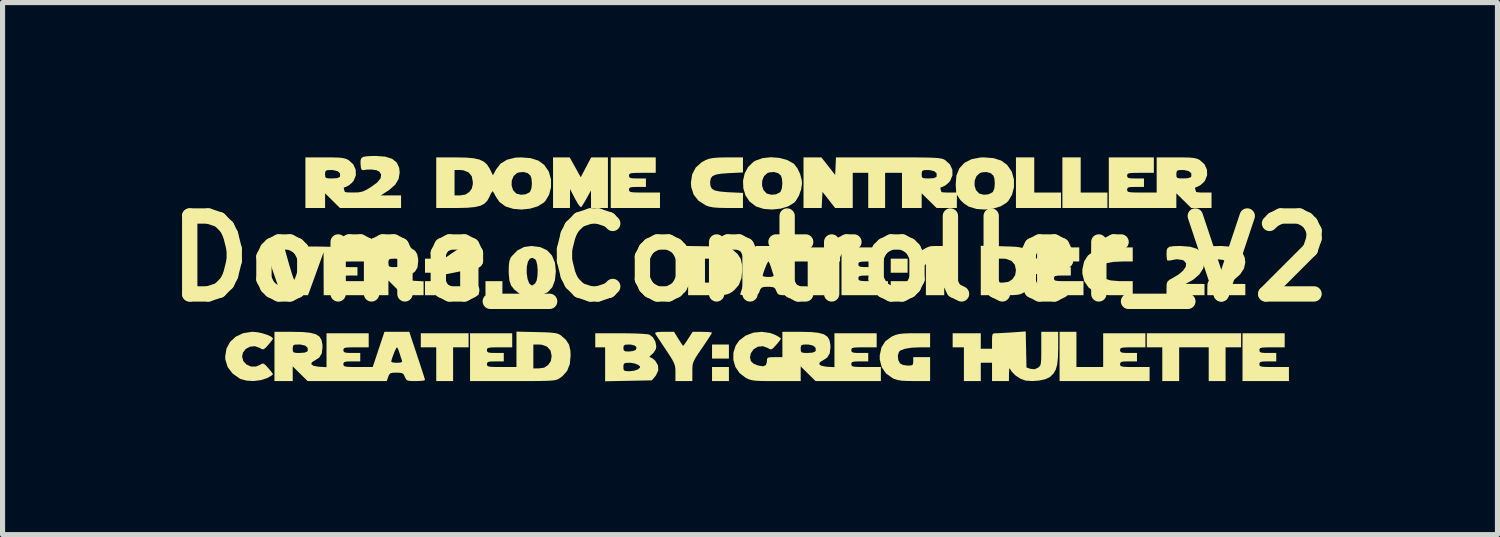
<source format=kicad_pcb>
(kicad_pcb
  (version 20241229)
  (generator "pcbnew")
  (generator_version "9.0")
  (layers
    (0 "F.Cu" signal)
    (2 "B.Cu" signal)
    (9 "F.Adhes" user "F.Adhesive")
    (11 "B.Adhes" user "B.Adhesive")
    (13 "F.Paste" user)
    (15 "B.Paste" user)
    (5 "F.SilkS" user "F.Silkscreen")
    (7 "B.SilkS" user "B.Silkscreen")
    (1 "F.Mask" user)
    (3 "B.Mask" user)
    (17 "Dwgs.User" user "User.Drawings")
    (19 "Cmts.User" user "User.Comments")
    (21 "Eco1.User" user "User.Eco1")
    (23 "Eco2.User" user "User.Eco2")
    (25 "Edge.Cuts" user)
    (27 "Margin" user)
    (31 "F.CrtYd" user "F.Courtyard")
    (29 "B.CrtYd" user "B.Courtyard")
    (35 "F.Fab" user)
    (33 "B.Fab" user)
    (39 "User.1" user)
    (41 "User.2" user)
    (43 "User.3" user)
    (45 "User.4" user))
  (footprint "Dome_Controller_V2"
    (layer "F.Cu")
    (at 11.619 2.009)
    (property "Reference" "Dome_Controller_V2" (at 0 0 0) (layer "F.SilkS") (effects (font (size 1.524 1.524) (thickness 0.3))))
    (attr board_only exclude_from_pos_files exclude_from_bom)
    (fp_poly (pts (xy -6.027 0.275) (xy -6.357 0.275) (xy -6.357 0) (xy -6.027 0)) (stroke (width 0) (type solid)) (fill yes) (layer "F.SilkS"))
    (fp_poly (pts (xy -6.027 0.715) (xy -6.357 0.715) (xy -6.357 0.44) (xy -6.027 0.44)) (stroke (width 0) (type solid)) (fill yes) (layer "F.SilkS"))
    (fp_poly (pts (xy -4.843 0.715) (xy -5.174 0.715) (xy -5.174 0.44) (xy -4.843 0.44)) (stroke (width 0) (type solid)) (fill yes) (layer "F.SilkS"))
    (fp_poly (pts (xy -0.413 1.954) (xy -0.743 1.954) (xy -0.743 1.679) (xy -0.413 1.679)) (stroke (width 0) (type solid)) (fill yes) (layer "F.SilkS"))
    (fp_poly (pts (xy -0.413 2.394) (xy -0.743 2.394) (xy -0.743 2.119) (xy -0.413 2.119)) (stroke (width 0) (type solid)) (fill yes) (layer "F.SilkS"))
    (fp_poly (pts (xy 3.082 0.275) (xy 2.752 0.275) (xy 2.752 0) (xy 3.082 0)) (stroke (width 0) (type solid)) (fill yes) (layer "F.SilkS"))
    (fp_poly (pts (xy 3.082 0.715) (xy 2.752 0.715) (xy 2.752 0.44) (xy 3.082 0.44)) (stroke (width 0) (type solid)) (fill yes) (layer "F.SilkS"))
    (fp_poly (pts (xy 5.559 -1.293) (xy 6.082 -1.293) (xy 6.082 -0.991) (xy 5.201 -0.991) (xy 5.201 -1.981) (xy 5.559 -1.981)) (stroke (width 0) (type solid)) (fill yes) (layer "F.SilkS"))
    (fp_poly (pts (xy 6.467 -1.293) (xy 6.99 -1.293) (xy 6.99 -0.991) (xy 6.109 -0.991) (xy 6.109 -1.981) (xy 6.467 -1.981)) (stroke (width 0) (type solid)) (fill yes) (layer "F.SilkS"))
    (fp_poly (pts (xy -5.504 1.734) (xy -5.807 1.734) (xy -5.807 2.394) (xy -6.137 2.394) (xy -6.137 1.734) (xy -6.439 1.734) (xy -6.439 1.459) (xy -5.504 1.459)) (stroke (width 0) (type solid)) (fill yes) (layer "F.SilkS"))
    (fp_poly (pts (xy 1.761 0.055) (xy 1.459 0.055) (xy 1.459 0.715) (xy 1.128 0.715) (xy 1.128 0.055) (xy 0.826 0.055) (xy 0.826 -0.22) (xy 1.761 -0.22)) (stroke (width 0) (type solid)) (fill yes) (layer "F.SilkS"))
    (fp_poly (pts (xy 9.604 1.734) (xy 9.301 1.734) (xy 9.301 2.394) (xy 8.971 2.394) (xy 8.971 1.734) (xy 8.393 1.734) (xy 8.393 2.394) (xy 8.063 2.394) (xy 8.063 1.734) (xy 7.76 1.734) (xy 7.76 1.459) (xy 9.604 1.459)) (stroke (width 0) (type solid)) (fill yes) (layer "F.SilkS"))
    (fp_poly (pts (xy -5.311 0.715) (xy -5.669 0.715) (xy -5.669 0.107) (xy -5.766 0.181) (xy -5.826 0.224) (xy -5.865 0.245) (xy -5.872 0.245) (xy -5.888 0.211) (xy -5.913 0.15) (xy -5.939 0.08) (xy -5.959 0.019) (xy -5.966 -0.012) (xy -5.966 -0.012) (xy -5.836 -0.103) (xy -5.741 -0.166) (xy -5.671 -0.208) (xy -5.618 -0.232) (xy -5.57 -0.244) (xy -5.518 -0.247) (xy -5.468 -0.248) (xy -5.311 -0.248)) (stroke (width 0) (type solid)) (fill yes) (layer "F.SilkS"))
    (fp_poly (pts (xy 3.798 0.715) (xy 3.44 0.715) (xy 3.44 0.107) (xy 3.343 0.181) (xy 3.283 0.224) (xy 3.244 0.245) (xy 3.237 0.245) (xy 3.22 0.211) (xy 3.196 0.15) (xy 3.17 0.08) (xy 3.15 0.019) (xy 3.142 -0.012) (xy 3.143 -0.012) (xy 3.273 -0.103) (xy 3.368 -0.166) (xy 3.437 -0.208) (xy 3.491 -0.232) (xy 3.539 -0.244) (xy 3.59 -0.247) (xy 3.641 -0.248) (xy 3.798 -0.248)) (stroke (width 0) (type solid)) (fill yes) (layer "F.SilkS"))
    (fp_poly (pts (xy -3.419 -1.787) (xy -3.311 -1.593) (xy -3.209 -1.787) (xy -3.107 -1.981) (xy -2.779 -1.981) (xy -2.779 -0.991) (xy -3.11 -0.991) (xy -3.11 -1.163) (xy -3.111 -1.335) (xy -3.194 -1.183) (xy -3.242 -1.1) (xy -3.281 -1.036) (xy -3.302 -1.008) (xy -3.325 -1.019) (xy -3.364 -1.071) (xy -3.413 -1.155) (xy -3.423 -1.173) (xy -3.52 -1.362) (xy -3.521 -1.176) (xy -3.522 -0.991) (xy -3.853 -0.991) (xy -3.853 -1.981) (xy -3.527 -1.981)) (stroke (width 0) (type solid)) (fill yes) (layer "F.SilkS"))
    (fp_poly (pts (xy -1.844 -1.679) (xy -2.105 -1.679) (xy -2.227 -1.678) (xy -2.303 -1.674) (xy -2.345 -1.665) (xy -2.363 -1.648) (xy -2.367 -1.624) (xy -2.361 -1.593) (xy -2.334 -1.576) (xy -2.275 -1.57) (xy -2.202 -1.569) (xy -2.036 -1.569) (xy -2.036 -1.403) (xy -2.202 -1.403) (xy -2.294 -1.401) (xy -2.344 -1.393) (xy -2.364 -1.373) (xy -2.367 -1.348) (xy -2.363 -1.324) (xy -2.346 -1.309) (xy -2.307 -1.299) (xy -2.235 -1.295) (xy -2.121 -1.293) (xy -2.064 -1.293) (xy -1.761 -1.293) (xy -1.761 -0.991) (xy -2.724 -0.991) (xy -2.724 -1.981) (xy -1.844 -1.981)) (stroke (width 0) (type solid)) (fill yes) (layer "F.SilkS"))
    (fp_poly (pts (xy 2.614 0.055) (xy 2.367 0.055) (xy 2.249 0.056) (xy 2.176 0.06) (xy 2.137 0.07) (xy 2.121 0.088) (xy 2.119 0.11) (xy 2.125 0.141) (xy 2.151 0.157) (xy 2.211 0.164) (xy 2.284 0.165) (xy 2.449 0.165) (xy 2.449 0.33) (xy 2.284 0.33) (xy 2.192 0.332) (xy 2.142 0.341) (xy 2.122 0.361) (xy 2.119 0.385) (xy 2.123 0.41) (xy 2.14 0.426) (xy 2.181 0.435) (xy 2.255 0.439) (xy 2.372 0.44) (xy 2.408 0.44) (xy 2.697 0.44) (xy 2.697 0.715) (xy 1.789 0.715) (xy 1.789 -0.22) (xy 2.614 -0.22)) (stroke (width 0) (type solid)) (fill yes) (layer "F.SilkS"))
    (fp_poly (pts (xy 6.439 0.055) (xy 6.192 0.055) (xy 6.074 0.056) (xy 6.001 0.06) (xy 5.962 0.07) (xy 5.946 0.088) (xy 5.944 0.11) (xy 5.95 0.141) (xy 5.977 0.157) (xy 6.036 0.164) (xy 6.109 0.165) (xy 6.274 0.165) (xy 6.274 0.33) (xy 6.109 0.33) (xy 6.017 0.332) (xy 5.967 0.341) (xy 5.947 0.361) (xy 5.944 0.385) (xy 5.948 0.41) (xy 5.965 0.426) (xy 6.006 0.435) (xy 6.08 0.439) (xy 6.197 0.44) (xy 6.233 0.44) (xy 6.522 0.44) (xy 6.522 0.715) (xy 5.614 0.715) (xy 5.614 -0.22) (xy 6.439 -0.22)) (stroke (width 0) (type solid)) (fill yes) (layer "F.SilkS"))
    (fp_poly (pts (xy 10.457 1.734) (xy 10.21 1.734) (xy 10.092 1.735) (xy 10.019 1.739) (xy 9.98 1.749) (xy 9.964 1.767) (xy 9.962 1.789) (xy 9.968 1.819) (xy 9.994 1.836) (xy 10.054 1.843) (xy 10.127 1.844) (xy 10.292 1.844) (xy 10.292 2.009) (xy 10.127 2.009) (xy 10.035 2.011) (xy 9.985 2.02) (xy 9.965 2.04) (xy 9.962 2.064) (xy 9.965 2.088) (xy 9.983 2.104) (xy 10.024 2.114) (xy 10.098 2.118) (xy 10.215 2.119) (xy 10.251 2.119) (xy 10.54 2.119) (xy 10.54 2.394) (xy 9.632 2.394) (xy 9.632 1.459) (xy 10.457 1.459)) (stroke (width 0) (type solid)) (fill yes) (layer "F.SilkS"))
    (fp_poly (pts (xy 6.384 2.119) (xy 6.907 2.119) (xy 6.907 1.459) (xy 7.733 1.459) (xy 7.733 1.734) (xy 7.485 1.734) (xy 7.367 1.735) (xy 7.294 1.739) (xy 7.255 1.749) (xy 7.24 1.767) (xy 7.237 1.789) (xy 7.244 1.819) (xy 7.27 1.836) (xy 7.329 1.843) (xy 7.403 1.844) (xy 7.568 1.844) (xy 7.568 2.009) (xy 7.403 2.009) (xy 7.31 2.011) (xy 7.261 2.02) (xy 7.241 2.04) (xy 7.237 2.064) (xy 7.241 2.088) (xy 7.258 2.104) (xy 7.299 2.114) (xy 7.373 2.118) (xy 7.49 2.119) (xy 7.526 2.119) (xy 7.815 2.119) (xy 7.815 2.394) (xy 6.054 2.394) (xy 6.054 1.431) (xy 6.384 1.431)) (stroke (width 0) (type solid)) (fill yes) (layer "F.SilkS"))
    (fp_poly (pts (xy 7.485 0.055) (xy 7.286 0.055) (xy 7.108 0.063) (xy 6.98 0.086) (xy 6.9 0.125) (xy 6.863 0.18) (xy 6.853 0.276) (xy 6.88 0.347) (xy 6.948 0.396) (xy 7.059 0.426) (xy 7.22 0.439) (xy 7.286 0.44) (xy 7.485 0.44) (xy 7.485 0.715) (xy 7.176 0.715) (xy 7.03 0.714) (xy 6.926 0.708) (xy 6.848 0.695) (xy 6.784 0.674) (xy 6.748 0.657) (xy 6.623 0.566) (xy 6.538 0.443) (xy 6.5 0.295) (xy 6.5 0.21) (xy 6.534 0.056) (xy 6.609 -0.062) (xy 6.729 -0.152) (xy 6.751 -0.163) (xy 6.815 -0.189) (xy 6.886 -0.206) (xy 6.977 -0.216) (xy 7.101 -0.22) (xy 7.177 -0.22) (xy 7.485 -0.22)) (stroke (width 0) (type solid)) (fill yes) (layer "F.SilkS"))
    (fp_poly (pts (xy -0.138 -1.686) (xy -0.415 -1.673) (xy -0.565 -1.662) (xy -0.668 -1.644) (xy -0.733 -1.615) (xy -0.767 -1.571) (xy -0.779 -1.507) (xy -0.78 -1.486) (xy -0.772 -1.416) (xy -0.745 -1.367) (xy -0.689 -1.334) (xy -0.596 -1.314) (xy -0.459 -1.302) (xy -0.415 -1.299) (xy -0.138 -1.286) (xy -0.138 -0.991) (xy -0.447 -0.991) (xy -0.601 -0.994) (xy -0.713 -1.002) (xy -0.796 -1.017) (xy -0.864 -1.041) (xy -0.867 -1.043) (xy -1.008 -1.133) (xy -1.102 -1.252) (xy -1.15 -1.399) (xy -1.156 -1.486) (xy -1.132 -1.648) (xy -1.062 -1.782) (xy -0.945 -1.887) (xy -0.867 -1.929) (xy -0.8 -1.954) (xy -0.718 -1.969) (xy -0.608 -1.978) (xy -0.457 -1.981) (xy -0.447 -1.981) (xy -0.138 -1.981)) (stroke (width 0) (type solid)) (fill yes) (layer "F.SilkS"))
    (fp_poly (pts (xy 4.91 -0.243) (xy 5.07 -0.238) (xy 5.185 -0.233) (xy 5.264 -0.224) (xy 5.32 -0.211) (xy 5.36 -0.193) (xy 5.383 -0.177) (xy 5.483 -0.089) (xy 5.541 0.003) (xy 5.568 0.118) (xy 5.573 0.215) (xy 5.556 0.383) (xy 5.505 0.514) (xy 5.414 0.618) (xy 5.368 0.653) (xy 5.326 0.678) (xy 5.282 0.696) (xy 5.225 0.707) (xy 5.142 0.713) (xy 5.025 0.715) (xy 4.894 0.715) (xy 4.513 0.715) (xy 4.513 0.468) (xy 4.843 0.468) (xy 4.955 0.468) (xy 5.054 0.453) (xy 5.131 0.403) (xy 5.134 0.4) (xy 5.186 0.322) (xy 5.201 0.223) (xy 5.178 0.117) (xy 5.112 0.043) (xy 5.008 0.004) (xy 4.95 0) (xy 4.843 0) (xy 4.843 0.468) (xy 4.513 0.468) (xy 4.513 -0.252)) (stroke (width 0) (type solid)) (fill yes) (layer "F.SilkS"))
    (fp_poly (pts (xy 8.605 -0.234) (xy 8.739 -0.193) (xy 8.83 -0.122) (xy 8.878 -0.021) (xy 8.889 0.074) (xy 8.862 0.194) (xy 8.788 0.308) (xy 8.674 0.407) (xy 8.616 0.441) (xy 8.517 0.493) (xy 8.703 0.494) (xy 8.889 0.495) (xy 8.889 0.715) (xy 8.146 0.715) (xy 8.146 0.578) (xy 8.148 0.495) (xy 8.165 0.447) (xy 8.205 0.412) (xy 8.252 0.387) (xy 8.381 0.31) (xy 8.472 0.232) (xy 8.522 0.158) (xy 8.529 0.093) (xy 8.489 0.042) (xy 8.456 0.025) (xy 8.345 0.011) (xy 8.278 0.023) (xy 8.209 0.036) (xy 8.165 0.036) (xy 8.161 0.033) (xy 8.151 -0.001) (xy 8.146 -0.07) (xy 8.146 -0.098) (xy 8.149 -0.166) (xy 8.167 -0.209) (xy 8.209 -0.234) (xy 8.284 -0.245) (xy 8.404 -0.248) (xy 8.424 -0.248)) (stroke (width 0) (type solid)) (fill yes) (layer "F.SilkS"))
    (fp_poly (pts (xy 9.403 -0.234) (xy 9.537 -0.193) (xy 9.628 -0.122) (xy 9.676 -0.021) (xy 9.687 0.074) (xy 9.66 0.194) (xy 9.586 0.308) (xy 9.472 0.407) (xy 9.414 0.441) (xy 9.315 0.493) (xy 9.501 0.494) (xy 9.687 0.495) (xy 9.687 0.715) (xy 8.944 0.715) (xy 8.944 0.578) (xy 8.947 0.495) (xy 8.963 0.447) (xy 9.003 0.412) (xy 9.05 0.387) (xy 9.179 0.31) (xy 9.27 0.232) (xy 9.321 0.158) (xy 9.327 0.093) (xy 9.287 0.042) (xy 9.254 0.025) (xy 9.143 0.011) (xy 9.076 0.023) (xy 9.007 0.036) (xy 8.963 0.036) (xy 8.959 0.033) (xy 8.949 -0.001) (xy 8.944 -0.07) (xy 8.944 -0.098) (xy 8.947 -0.166) (xy 8.965 -0.209) (xy 9.007 -0.234) (xy 9.083 -0.245) (xy 9.202 -0.248) (xy 9.222 -0.248)) (stroke (width 0) (type solid)) (fill yes) (layer "F.SilkS"))
    (fp_poly (pts (xy 3.522 1.734) (xy 3.323 1.734) (xy 3.16 1.741) (xy 3.032 1.762) (xy 2.944 1.794) (xy 2.912 1.823) (xy 2.891 1.896) (xy 2.899 1.981) (xy 2.932 2.047) (xy 2.933 2.048) (xy 2.99 2.078) (xy 3.074 2.091) (xy 3.084 2.091) (xy 3.154 2.088) (xy 3.185 2.07) (xy 3.192 2.024) (xy 3.192 2.009) (xy 3.192 1.926) (xy 3.522 1.926) (xy 3.522 2.394) (xy 3.213 2.394) (xy 3.067 2.392) (xy 2.963 2.386) (xy 2.886 2.373) (xy 2.821 2.352) (xy 2.786 2.336) (xy 2.66 2.245) (xy 2.576 2.122) (xy 2.537 1.974) (xy 2.537 1.888) (xy 2.571 1.735) (xy 2.646 1.616) (xy 2.766 1.527) (xy 2.788 1.516) (xy 2.853 1.489) (xy 2.923 1.472) (xy 3.014 1.463) (xy 3.139 1.459) (xy 3.215 1.459) (xy 3.522 1.459)) (stroke (width 0) (type solid)) (fill yes) (layer "F.SilkS"))
    (fp_poly (pts (xy -0.91 -0.243) (xy -0.731 -0.239) (xy -0.599 -0.235) (xy -0.504 -0.228) (xy -0.439 -0.22) (xy -0.393 -0.207) (xy -0.358 -0.189) (xy -0.341 -0.177) (xy -0.241 -0.089) (xy -0.182 0.003) (xy -0.156 0.118) (xy -0.151 0.215) (xy -0.168 0.383) (xy -0.219 0.514) (xy -0.31 0.618) (xy -0.356 0.653) (xy -0.398 0.678) (xy -0.442 0.696) (xy -0.499 0.707) (xy -0.581 0.713) (xy -0.699 0.715) (xy -0.83 0.715) (xy -1.211 0.715) (xy -1.211 0.468) (xy -0.881 0.468) (xy -0.769 0.468) (xy -0.669 0.453) (xy -0.593 0.403) (xy -0.59 0.4) (xy -0.538 0.322) (xy -0.523 0.223) (xy -0.546 0.117) (xy -0.612 0.043) (xy -0.716 0.004) (xy -0.774 0) (xy -0.881 0) (xy -0.881 0.468) (xy -1.211 0.468) (xy -1.211 0.028) (xy -1.403 0.028) (xy -1.403 -0.251)) (stroke (width 0) (type solid)) (fill yes) (layer "F.SilkS"))
    (fp_poly (pts (xy -1.401 1.569) (xy -1.354 1.642) (xy -1.32 1.692) (xy -1.308 1.706) (xy -1.29 1.685) (xy -1.251 1.63) (xy -1.211 1.569) (xy -1.123 1.431) (xy -0.933 1.431) (xy -0.839 1.433) (xy -0.771 1.439) (xy -0.743 1.447) (xy -0.743 1.447) (xy -0.758 1.475) (xy -0.798 1.538) (xy -0.857 1.628) (xy -0.93 1.736) (xy -0.936 1.744) (xy -1.016 1.861) (xy -1.07 1.946) (xy -1.103 2.011) (xy -1.121 2.067) (xy -1.127 2.127) (xy -1.128 2.205) (xy -1.128 2.209) (xy -1.128 2.394) (xy -1.459 2.394) (xy -1.459 2.228) (xy -1.46 2.156) (xy -1.468 2.097) (xy -1.488 2.039) (xy -1.524 1.969) (xy -1.583 1.876) (xy -1.646 1.781) (xy -1.72 1.67) (xy -1.784 1.573) (xy -1.831 1.502) (xy -1.854 1.466) (xy -1.854 1.465) (xy -1.852 1.447) (xy -1.813 1.436) (xy -1.729 1.431) (xy -1.68 1.431) (xy -1.486 1.431)) (stroke (width 0) (type solid)) (fill yes) (layer "F.SilkS"))
    (fp_poly (pts (xy -4.103 -0.226) (xy -3.969 -0.164) (xy -3.873 -0.061) (xy -3.815 0.08) (xy -3.798 0.246) (xy -3.815 0.423) (xy -3.867 0.559) (xy -3.956 0.656) (xy -4.085 0.715) (xy -4.237 0.738) (xy -4.344 0.74) (xy -4.417 0.731) (xy -4.478 0.705) (xy -4.511 0.683) (xy -4.61 0.605) (xy -4.673 0.525) (xy -4.707 0.426) (xy -4.719 0.295) (xy -4.719 0.276) (xy -4.368 0.276) (xy -4.368 0.28) (xy -4.351 0.397) (xy -4.32 0.481) (xy -4.278 0.521) (xy -4.264 0.523) (xy -4.229 0.505) (xy -4.199 0.48) (xy -4.172 0.423) (xy -4.157 0.332) (xy -4.153 0.225) (xy -4.162 0.123) (xy -4.182 0.043) (xy -4.2 0.014) (xy -4.256 -0.017) (xy -4.305 -0.001) (xy -4.343 0.058) (xy -4.365 0.153) (xy -4.368 0.276) (xy -4.719 0.276) (xy -4.72 0.248) (xy -4.717 0.128) (xy -4.706 0.046) (xy -4.684 -0.012) (xy -4.662 -0.046) (xy -4.549 -0.162) (xy -4.417 -0.229) (xy -4.272 -0.248)) (stroke (width 0) (type solid)) (fill yes) (layer "F.SilkS"))
    (fp_poly (pts (xy -9.632 1.439) (xy -9.532 1.461) (xy -9.439 1.491) (xy -9.367 1.524) (xy -9.332 1.556) (xy -9.33 1.564) (xy -9.348 1.594) (xy -9.391 1.649) (xy -9.424 1.688) (xy -9.48 1.749) (xy -9.517 1.774) (xy -9.55 1.769) (xy -9.588 1.746) (xy -9.682 1.712) (xy -9.777 1.721) (xy -9.861 1.764) (xy -9.917 1.836) (xy -9.934 1.913) (xy -9.91 2.003) (xy -9.848 2.07) (xy -9.762 2.109) (xy -9.665 2.11) (xy -9.588 2.079) (xy -9.545 2.054) (xy -9.512 2.053) (xy -9.474 2.083) (xy -9.424 2.138) (xy -9.371 2.201) (xy -9.337 2.247) (xy -9.33 2.261) (xy -9.352 2.282) (xy -9.409 2.317) (xy -9.448 2.337) (xy -9.57 2.376) (xy -9.711 2.393) (xy -9.85 2.385) (xy -9.964 2.354) (xy -9.976 2.348) (xy -10.119 2.248) (xy -10.215 2.123) (xy -10.261 1.978) (xy -10.265 1.915) (xy -10.24 1.76) (xy -10.169 1.628) (xy -10.059 1.526) (xy -9.915 1.458) (xy -9.744 1.431) (xy -9.724 1.431)) (stroke (width 0) (type solid)) (fill yes) (layer "F.SilkS"))
    (fp_poly (pts (xy 0.573 -1.971) (xy 0.726 -1.93) (xy 0.849 -1.862) (xy 0.863 -1.85) (xy 0.928 -1.765) (xy 0.982 -1.65) (xy 1.013 -1.528) (xy 1.017 -1.472) (xy 1 -1.355) (xy 0.957 -1.234) (xy 0.896 -1.131) (xy 0.863 -1.095) (xy 0.746 -1.023) (xy 0.597 -0.978) (xy 0.433 -0.961) (xy 0.27 -0.973) (xy 0.127 -1.017) (xy 0.109 -1.027) (xy -0.008 -1.117) (xy -0.088 -1.236) (xy -0.131 -1.375) (xy -0.133 -1.43) (xy 0.235 -1.43) (xy 0.264 -1.341) (xy 0.324 -1.276) (xy 0.332 -1.272) (xy 0.418 -1.25) (xy 0.51 -1.259) (xy 0.583 -1.296) (xy 0.599 -1.313) (xy 0.623 -1.378) (xy 0.632 -1.471) (xy 0.624 -1.564) (xy 0.606 -1.623) (xy 0.551 -1.672) (xy 0.468 -1.695) (xy 0.376 -1.687) (xy 0.34 -1.674) (xy 0.274 -1.614) (xy 0.239 -1.527) (xy 0.235 -1.43) (xy -0.133 -1.43) (xy -0.137 -1.521) (xy -0.106 -1.663) (xy -0.039 -1.79) (xy 0.065 -1.892) (xy 0.109 -1.918) (xy 0.248 -1.967) (xy 0.409 -1.984)) (stroke (width 0) (type solid)) (fill yes) (layer "F.SilkS"))
    (fp_poly (pts (xy 5.407 2.128) (xy 5.484 2.154) (xy 5.563 2.163) (xy 5.629 2.135) (xy 5.657 2.113) (xy 5.676 2.088) (xy 5.688 2.047) (xy 5.694 1.98) (xy 5.696 1.877) (xy 5.696 1.761) (xy 5.696 1.431) (xy 6.027 1.431) (xy 6.027 1.754) (xy 6.022 1.934) (xy 6.008 2.069) (xy 5.98 2.169) (xy 5.936 2.246) (xy 5.873 2.308) (xy 5.856 2.321) (xy 5.772 2.359) (xy 5.654 2.384) (xy 5.522 2.394) (xy 5.396 2.385) (xy 5.382 2.383) (xy 5.285 2.346) (xy 5.189 2.282) (xy 5.114 2.205) (xy 5.09 2.162) (xy 5.076 2.143) (xy 5.069 2.17) (xy 5.065 2.248) (xy 5.065 2.25) (xy 5.063 2.394) (xy 4.733 2.394) (xy 4.733 2.036) (xy 4.513 2.036) (xy 4.513 2.394) (xy 4.183 2.394) (xy 4.183 1.734) (xy 3.963 1.734) (xy 3.963 1.459) (xy 4.513 1.459) (xy 4.513 1.761) (xy 4.733 1.761) (xy 4.733 1.61) (xy 4.735 1.523) (xy 4.744 1.478) (xy 4.768 1.461) (xy 4.812 1.459) (xy 4.874 1.457) (xy 4.974 1.451) (xy 5.093 1.444) (xy 5.141 1.441) (xy 5.392 1.423)) (stroke (width 0) (type solid)) (fill yes) (layer "F.SilkS"))
    (fp_poly (pts (xy 0.754 0.213) (xy 0.804 0.364) (xy 0.847 0.496) (xy 0.881 0.601) (xy 0.902 0.67) (xy 0.908 0.695) (xy 0.883 0.705) (xy 0.817 0.713) (xy 0.727 0.715) (xy 0.629 0.714) (xy 0.572 0.706) (xy 0.541 0.687) (xy 0.521 0.649) (xy 0.514 0.633) (xy 0.49 0.583) (xy 0.456 0.559) (xy 0.394 0.551) (xy 0.35 0.55) (xy 0.269 0.553) (xy 0.224 0.569) (xy 0.199 0.605) (xy 0.189 0.633) (xy 0.17 0.678) (xy 0.144 0.702) (xy 0.096 0.713) (xy 0.011 0.715) (xy -0.016 0.715) (xy -0.107 0.714) (xy -0.17 0.709) (xy -0.193 0.703) (xy -0.185 0.674) (xy -0.162 0.601) (xy -0.128 0.494) (xy -0.085 0.359) (xy -0.078 0.337) (xy 0.248 0.337) (xy 0.272 0.35) (xy 0.333 0.357) (xy 0.361 0.358) (xy 0.433 0.353) (xy 0.461 0.336) (xy 0.459 0.319) (xy 0.442 0.27) (xy 0.418 0.193) (xy 0.41 0.168) (xy 0.386 0.099) (xy 0.365 0.059) (xy 0.359 0.055) (xy 0.342 0.078) (xy 0.315 0.135) (xy 0.286 0.209) (xy 0.261 0.28) (xy 0.248 0.33) (xy 0.248 0.337) (xy -0.078 0.337) (xy -0.04 0.221) (xy 0.112 -0.248) (xy 0.601 -0.248)) (stroke (width 0) (type solid)) (fill yes) (layer "F.SilkS"))
    (fp_poly (pts (xy -2.369 1.46) (xy -2.22 1.464) (xy -2.096 1.47) (xy -2.007 1.478) (xy -1.968 1.486) (xy -1.899 1.538) (xy -1.851 1.622) (xy -1.833 1.715) (xy -1.842 1.771) (xy -1.885 1.839) (xy -1.931 1.882) (xy -1.965 1.913) (xy -1.959 1.926) (xy -1.959 1.926) (xy -1.917 1.944) (xy -1.862 1.988) (xy -1.856 1.994) (xy -1.8 2.084) (xy -1.794 2.185) (xy -1.841 2.285) (xy -1.855 2.303) (xy -1.921 2.38) (xy -2.378 2.389) (xy -2.834 2.398) (xy -2.834 2.119) (xy -2.477 2.119) (xy -2.473 2.171) (xy -2.451 2.194) (xy -2.396 2.201) (xy -2.358 2.202) (xy -2.271 2.192) (xy -2.2 2.169) (xy -2.186 2.16) (xy -2.149 2.127) (xy -2.156 2.103) (xy -2.186 2.078) (xy -2.247 2.052) (xy -2.333 2.037) (xy -2.358 2.036) (xy -2.432 2.039) (xy -2.466 2.054) (xy -2.476 2.092) (xy -2.477 2.119) (xy -2.834 2.119) (xy -2.834 1.747) (xy -2.477 1.747) (xy -2.47 1.792) (xy -2.441 1.812) (xy -2.373 1.816) (xy -2.37 1.816) (xy -2.293 1.807) (xy -2.239 1.786) (xy -2.233 1.78) (xy -2.219 1.735) (xy -2.253 1.7) (xy -2.327 1.681) (xy -2.372 1.679) (xy -2.441 1.683) (xy -2.47 1.703) (xy -2.477 1.747) (xy -2.834 1.747) (xy -2.834 1.734) (xy -3.027 1.734) (xy -3.027 1.459) (xy -2.534 1.459)) (stroke (width 0) (type solid)) (fill yes) (layer "F.SilkS"))
    (fp_poly (pts (xy -4.171 1.436) (xy -4.011 1.44) (xy -3.897 1.446) (xy -3.817 1.455) (xy -3.762 1.467) (xy -3.721 1.486) (xy -3.698 1.501) (xy -3.599 1.589) (xy -3.54 1.682) (xy -3.513 1.796) (xy -3.509 1.894) (xy -3.525 2.062) (xy -3.576 2.193) (xy -3.667 2.297) (xy -3.714 2.332) (xy -3.741 2.35) (xy -3.77 2.364) (xy -3.807 2.374) (xy -3.857 2.382) (xy -3.929 2.387) (xy -4.027 2.391) (xy -4.158 2.393) (xy -4.33 2.394) (xy -4.548 2.394) (xy -4.641 2.394) (xy -5.476 2.394) (xy -5.476 2.146) (xy -4.238 2.146) (xy -4.127 2.146) (xy -4.027 2.132) (xy -3.951 2.082) (xy -3.948 2.079) (xy -3.895 2.001) (xy -3.88 1.902) (xy -3.903 1.796) (xy -3.969 1.721) (xy -4.073 1.683) (xy -4.132 1.679) (xy -4.238 1.679) (xy -4.238 2.146) (xy -5.476 2.146) (xy -5.476 1.459) (xy -4.651 1.459) (xy -4.651 1.734) (xy -4.898 1.734) (xy -5.016 1.735) (xy -5.089 1.739) (xy -5.128 1.749) (xy -5.144 1.767) (xy -5.146 1.789) (xy -5.14 1.819) (xy -5.114 1.836) (xy -5.054 1.843) (xy -4.981 1.844) (xy -4.816 1.844) (xy -4.816 2.009) (xy -4.981 2.009) (xy -5.073 2.011) (xy -5.123 2.02) (xy -5.143 2.04) (xy -5.146 2.064) (xy -5.142 2.088) (xy -5.125 2.104) (xy -5.084 2.114) (xy -5.01 2.118) (xy -4.893 2.119) (xy -4.857 2.119) (xy -4.568 2.119) (xy -4.568 1.427)) (stroke (width 0) (type solid)) (fill yes) (layer "F.SilkS"))
    (fp_poly (pts (xy 7.898 -1.679) (xy 7.637 -1.679) (xy 7.515 -1.678) (xy 7.438 -1.674) (xy 7.396 -1.665) (xy 7.379 -1.648) (xy 7.375 -1.624) (xy 7.381 -1.593) (xy 7.408 -1.576) (xy 7.467 -1.57) (xy 7.54 -1.569) (xy 7.705 -1.569) (xy 7.705 -1.403) (xy 7.54 -1.403) (xy 7.448 -1.401) (xy 7.398 -1.393) (xy 7.378 -1.373) (xy 7.375 -1.348) (xy 7.379 -1.324) (xy 7.396 -1.308) (xy 7.437 -1.299) (xy 7.511 -1.295) (xy 7.628 -1.293) (xy 7.664 -1.293) (xy 7.953 -1.293) (xy 7.953 -1.651) (xy 8.338 -1.651) (xy 8.341 -1.602) (xy 8.36 -1.578) (xy 8.407 -1.57) (xy 8.477 -1.569) (xy 8.572 -1.575) (xy 8.622 -1.596) (xy 8.631 -1.61) (xy 8.63 -1.669) (xy 8.583 -1.711) (xy 8.495 -1.732) (xy 8.459 -1.734) (xy 8.384 -1.731) (xy 8.349 -1.716) (xy 8.339 -1.679) (xy 8.338 -1.651) (xy 7.953 -1.651) (xy 7.953 -1.981) (xy 8.331 -1.981) (xy 8.488 -1.98) (xy 8.601 -1.977) (xy 8.68 -1.969) (xy 8.737 -1.956) (xy 8.782 -1.937) (xy 8.8 -1.926) (xy 8.89 -1.844) (xy 8.937 -1.74) (xy 8.94 -1.63) (xy 8.897 -1.524) (xy 8.863 -1.484) (xy 8.802 -1.433) (xy 8.747 -1.405) (xy 8.736 -1.403) (xy 8.704 -1.388) (xy 8.707 -1.36) (xy 8.721 -1.316) (xy 8.724 -1.305) (xy 8.748 -1.299) (xy 8.813 -1.294) (xy 8.875 -1.293) (xy 9.026 -1.293) (xy 9.026 -0.991) (xy 8.629 -0.991) (xy 8.484 -1.134) (xy 8.338 -1.278) (xy 8.338 -0.991) (xy 7.017 -0.991) (xy 7.017 -1.981) (xy 7.898 -1.981)) (stroke (width 0) (type solid)) (fill yes) (layer "F.SilkS"))
    (fp_poly (pts (xy -7.133 -1.995) (xy -7 -1.953) (xy -6.91 -1.882) (xy -6.862 -1.779) (xy -6.852 -1.684) (xy -6.873 -1.558) (xy -6.939 -1.447) (xy -7.054 -1.346) (xy -7.096 -1.318) (xy -7.221 -1.238) (xy -6.825 -1.238) (xy -6.825 -0.991) (xy -8.02 -0.991) (xy -8.165 -1.134) (xy -8.311 -1.278) (xy -8.311 -0.991) (xy -8.696 -0.991) (xy -8.696 -1.651) (xy -8.311 -1.651) (xy -8.308 -1.602) (xy -8.289 -1.578) (xy -8.241 -1.57) (xy -8.172 -1.569) (xy -8.077 -1.575) (xy -8.027 -1.596) (xy -8.018 -1.61) (xy -8.019 -1.669) (xy -8.066 -1.711) (xy -8.154 -1.732) (xy -8.19 -1.734) (xy -8.265 -1.731) (xy -8.3 -1.716) (xy -8.31 -1.679) (xy -8.311 -1.651) (xy -8.696 -1.651) (xy -8.696 -1.981) (xy -8.318 -1.981) (xy -8.161 -1.98) (xy -8.048 -1.977) (xy -7.969 -1.969) (xy -7.912 -1.956) (xy -7.867 -1.937) (xy -7.849 -1.926) (xy -7.759 -1.844) (xy -7.712 -1.74) (xy -7.709 -1.63) (xy -7.752 -1.524) (xy -7.786 -1.484) (xy -7.847 -1.433) (xy -7.901 -1.405) (xy -7.913 -1.403) (xy -7.945 -1.388) (xy -7.942 -1.36) (xy -7.928 -1.316) (xy -7.925 -1.305) (xy -7.9 -1.299) (xy -7.835 -1.295) (xy -7.753 -1.294) (xy -7.655 -1.297) (xy -7.579 -1.313) (xy -7.502 -1.347) (xy -7.41 -1.403) (xy -7.291 -1.491) (xy -7.226 -1.571) (xy -7.214 -1.643) (xy -7.249 -1.702) (xy -7.307 -1.73) (xy -7.399 -1.744) (xy -7.503 -1.741) (xy -7.568 -1.73) (xy -7.595 -1.738) (xy -7.611 -1.783) (xy -7.617 -1.847) (xy -7.618 -1.916) (xy -7.604 -1.962) (xy -7.567 -1.99) (xy -7.496 -2.003) (xy -7.384 -2.008) (xy -7.312 -2.009)) (stroke (width 0) (type solid)) (fill yes) (layer "F.SilkS"))
    (fp_poly (pts (xy -5.56 -1.977) (xy -5.406 -1.964) (xy -5.29 -1.938) (xy -5.204 -1.896) (xy -5.14 -1.837) (xy -5.089 -1.756) (xy -5.085 -1.747) (xy -5.028 -1.63) (xy -4.969 -1.742) (xy -4.879 -1.859) (xy -4.752 -1.936) (xy -4.588 -1.976) (xy -4.48 -1.981) (xy -4.29 -1.966) (xy -4.14 -1.918) (xy -4.026 -1.835) (xy -3.942 -1.713) (xy -3.932 -1.692) (xy -3.892 -1.549) (xy -3.892 -1.397) (xy -3.929 -1.252) (xy -4.001 -1.131) (xy -4.036 -1.095) (xy -4.153 -1.023) (xy -4.302 -0.978) (xy -4.466 -0.961) (xy -4.629 -0.974) (xy -4.772 -1.018) (xy -4.79 -1.027) (xy -4.902 -1.11) (xy -4.966 -1.204) (xy -5.002 -1.272) (xy -5.029 -1.314) (xy -5.036 -1.319) (xy -5.054 -1.297) (xy -5.083 -1.24) (xy -5.095 -1.213) (xy -5.137 -1.135) (xy -5.193 -1.077) (xy -5.27 -1.036) (xy -5.378 -1.01) (xy -5.523 -0.996) (xy -5.714 -0.991) (xy -5.75 -0.991) (xy -6.137 -0.991) (xy -6.137 -1.238) (xy -5.779 -1.238) (xy -5.668 -1.238) (xy -5.568 -1.253) (xy -5.492 -1.303) (xy -5.489 -1.306) (xy -5.441 -1.372) (xy -5.428 -1.43) (xy -4.663 -1.43) (xy -4.635 -1.341) (xy -4.574 -1.276) (xy -4.566 -1.272) (xy -4.481 -1.25) (xy -4.389 -1.259) (xy -4.315 -1.296) (xy -4.3 -1.313) (xy -4.275 -1.378) (xy -4.266 -1.471) (xy -4.274 -1.564) (xy -4.293 -1.623) (xy -4.347 -1.672) (xy -4.43 -1.695) (xy -4.522 -1.687) (xy -4.559 -1.674) (xy -4.625 -1.614) (xy -4.66 -1.527) (xy -4.663 -1.43) (xy -5.428 -1.43) (xy -5.422 -1.456) (xy -5.421 -1.497) (xy -5.442 -1.611) (xy -5.505 -1.688) (xy -5.607 -1.728) (xy -5.673 -1.734) (xy -5.779 -1.734) (xy -5.779 -1.238) (xy -6.137 -1.238) (xy -6.137 -1.981) (xy -5.76 -1.981)) (stroke (width 0) (type solid)) (fill yes) (layer "F.SilkS"))
    (fp_poly (pts (xy 0.396 1.454) (xy 0.487 1.488) (xy 0.556 1.525) (xy 0.598 1.555) (xy 0.604 1.564) (xy 0.587 1.594) (xy 0.544 1.649) (xy 0.51 1.688) (xy 0.454 1.749) (xy 0.418 1.774) (xy 0.385 1.769) (xy 0.346 1.746) (xy 0.251 1.712) (xy 0.154 1.722) (xy 0.071 1.771) (xy 0.016 1.849) (xy 0 1.929) (xy 0.016 2.003) (xy 0.071 2.055) (xy 0.164 2.091) (xy 0.256 2.105) (xy 0.31 2.082) (xy 0.33 2.02) (xy 0.33 2.006) (xy 0.333 1.96) (xy 0.35 1.937) (xy 0.396 1.928) (xy 0.482 1.926) (xy 0.633 1.926) (xy 0.633 1.761) (xy 0.991 1.761) (xy 0.994 1.81) (xy 1.012 1.834) (xy 1.06 1.843) (xy 1.129 1.844) (xy 1.224 1.837) (xy 1.274 1.816) (xy 1.284 1.802) (xy 1.283 1.744) (xy 1.235 1.701) (xy 1.147 1.68) (xy 1.111 1.679) (xy 1.036 1.681) (xy 1.001 1.696) (xy 0.991 1.733) (xy 0.991 1.761) (xy 0.633 1.761) (xy 0.633 1.431) (xy 0.992 1.431) (xy 1.188 1.435) (xy 1.336 1.45) (xy 1.442 1.478) (xy 1.512 1.524) (xy 1.553 1.59) (xy 1.571 1.68) (xy 1.574 1.731) (xy 1.559 1.852) (xy 1.508 1.936) (xy 1.431 1.986) (xy 1.366 2.026) (xy 1.354 2.063) (xy 1.391 2.093) (xy 1.477 2.111) (xy 1.507 2.114) (xy 1.651 2.122) (xy 1.651 1.459) (xy 2.477 1.459) (xy 2.477 1.734) (xy 2.229 1.734) (xy 2.111 1.735) (xy 2.038 1.739) (xy 1.999 1.749) (xy 1.984 1.767) (xy 1.981 1.789) (xy 1.987 1.819) (xy 2.014 1.836) (xy 2.073 1.843) (xy 2.146 1.844) (xy 2.312 1.844) (xy 2.312 2.009) (xy 2.146 2.009) (xy 2.054 2.011) (xy 2.004 2.02) (xy 1.984 2.04) (xy 1.981 2.064) (xy 1.985 2.088) (xy 2.002 2.104) (xy 2.043 2.114) (xy 2.117 2.118) (xy 2.234 2.119) (xy 2.27 2.119) (xy 2.559 2.119) (xy 2.559 2.394) (xy 1.281 2.394) (xy 1.136 2.251) (xy 0.991 2.107) (xy 0.991 2.394) (xy 0.513 2.394) (xy 0.338 2.394) (xy 0.209 2.392) (xy 0.115 2.387) (xy 0.046 2.379) (xy -0.007 2.365) (xy -0.053 2.346) (xy -0.085 2.33) (xy -0.204 2.239) (xy -0.286 2.118) (xy -0.327 1.98) (xy -0.325 1.836) (xy -0.28 1.698) (xy -0.211 1.6) (xy -0.087 1.505) (xy 0.065 1.447) (xy 0.231 1.43)) (stroke (width 0) (type solid)) (fill yes) (layer "F.SilkS"))
    (fp_poly (pts (xy -8.746 1.435) (xy -8.599 1.45) (xy -8.493 1.478) (xy -8.422 1.524) (xy -8.381 1.59) (xy -8.363 1.68) (xy -8.361 1.731) (xy -8.375 1.852) (xy -8.426 1.936) (xy -8.504 1.986) (xy -8.569 2.026) (xy -8.581 2.063) (xy -8.543 2.093) (xy -8.457 2.111) (xy -8.427 2.114) (xy -8.283 2.122) (xy -8.283 1.459) (xy -7.458 1.459) (xy -7.458 1.734) (xy -7.705 1.734) (xy -7.823 1.735) (xy -7.896 1.739) (xy -7.935 1.749) (xy -7.951 1.767) (xy -7.953 1.789) (xy -7.947 1.819) (xy -7.92 1.836) (xy -7.861 1.843) (xy -7.788 1.844) (xy -7.623 1.844) (xy -7.623 2.009) (xy -7.788 2.009) (xy -7.88 2.011) (xy -7.93 2.02) (xy -7.95 2.04) (xy -7.953 2.064) (xy -7.949 2.089) (xy -7.932 2.104) (xy -7.891 2.114) (xy -7.816 2.118) (xy -7.699 2.119) (xy -7.666 2.119) (xy -7.38 2.119) (xy -7.345 2.016) (xy -7.017 2.016) (xy -6.993 2.029) (xy -6.932 2.036) (xy -6.904 2.036) (xy -6.832 2.032) (xy -6.804 2.015) (xy -6.806 1.998) (xy -6.823 1.948) (xy -6.847 1.872) (xy -6.855 1.847) (xy -6.879 1.778) (xy -6.9 1.738) (xy -6.906 1.734) (xy -6.923 1.757) (xy -6.95 1.814) (xy -6.979 1.887) (xy -7.004 1.958) (xy -7.017 2.009) (xy -7.017 2.016) (xy -7.345 2.016) (xy -7.265 1.775) (xy -7.15 1.431) (xy -6.664 1.431) (xy -6.511 1.892) (xy -6.461 2.042) (xy -6.418 2.174) (xy -6.384 2.28) (xy -6.363 2.349) (xy -6.357 2.374) (xy -6.382 2.384) (xy -6.448 2.391) (xy -6.538 2.394) (xy -6.636 2.393) (xy -6.693 2.385) (xy -6.724 2.365) (xy -6.744 2.328) (xy -6.751 2.312) (xy -6.775 2.262) (xy -6.809 2.237) (xy -6.871 2.23) (xy -6.915 2.229) (xy -6.996 2.232) (xy -7.041 2.247) (xy -7.066 2.284) (xy -7.076 2.312) (xy -7.105 2.394) (xy -8.653 2.394) (xy -8.798 2.251) (xy -8.944 2.107) (xy -8.944 2.394) (xy -9.301 2.394) (xy -9.301 1.761) (xy -8.944 1.761) (xy -8.941 1.81) (xy -8.922 1.834) (xy -8.874 1.843) (xy -8.805 1.844) (xy -8.71 1.837) (xy -8.66 1.816) (xy -8.651 1.802) (xy -8.652 1.744) (xy -8.699 1.701) (xy -8.787 1.68) (xy -8.823 1.679) (xy -8.898 1.681) (xy -8.933 1.696) (xy -8.943 1.733) (xy -8.944 1.761) (xy -9.301 1.761) (xy -9.301 1.431) (xy -8.942 1.431)) (stroke (width 0) (type solid)) (fill yes) (layer "F.SilkS"))
    (fp_poly (pts (xy -9.023 0.083) (xy -8.986 0.208) (xy -8.954 0.312) (xy -8.929 0.383) (xy -8.914 0.413) (xy -8.913 0.413) (xy -8.9 0.388) (xy -8.875 0.32) (xy -8.843 0.22) (xy -8.806 0.098) (xy -8.806 0.095) (xy -8.769 -0.029) (xy -8.736 -0.132) (xy -8.71 -0.204) (xy -8.696 -0.234) (xy -8.696 -0.234) (xy -8.663 -0.237) (xy -8.585 -0.238) (xy -8.467 -0.237) (xy -8.32 -0.235) (xy -8.152 -0.231) (xy -8.094 -0.229) (xy -7.513 -0.211) (xy -7.513 0.055) (xy -7.76 0.055) (xy -7.878 0.056) (xy -7.951 0.06) (xy -7.99 0.07) (xy -8.006 0.088) (xy -8.008 0.11) (xy -8.002 0.141) (xy -7.976 0.157) (xy -7.916 0.164) (xy -7.843 0.165) (xy -7.678 0.165) (xy -7.678 0.33) (xy -7.843 0.33) (xy -7.935 0.332) (xy -7.985 0.341) (xy -8.005 0.361) (xy -8.008 0.385) (xy -8.004 0.41) (xy -7.987 0.426) (xy -7.946 0.435) (xy -7.872 0.439) (xy -7.755 0.44) (xy -7.719 0.44) (xy -7.43 0.44) (xy -7.43 0.083) (xy -7.072 0.083) (xy -7.069 0.131) (xy -7.051 0.156) (xy -7.003 0.164) (xy -6.934 0.165) (xy -6.839 0.159) (xy -6.789 0.138) (xy -6.779 0.123) (xy -6.78 0.065) (xy -6.828 0.023) (xy -6.916 0.001) (xy -6.952 0) (xy -7.027 0.003) (xy -7.062 0.017) (xy -7.072 0.054) (xy -7.072 0.083) (xy -7.43 0.083) (xy -7.43 -0.248) (xy -7.071 -0.248) (xy -6.875 -0.243) (xy -6.727 -0.229) (xy -6.621 -0.2) (xy -6.551 -0.155) (xy -6.51 -0.089) (xy -6.492 0.001) (xy -6.49 0.052) (xy -6.504 0.173) (xy -6.555 0.257) (xy -6.632 0.307) (xy -6.698 0.347) (xy -6.711 0.383) (xy -6.673 0.413) (xy -6.588 0.431) (xy -6.542 0.435) (xy -6.384 0.443) (xy -6.384 0.715) (xy -6.782 0.715) (xy -6.927 0.572) (xy -7.072 0.428) (xy -7.072 0.715) (xy -8.338 0.715) (xy -8.34 0.296) (xy -8.341 -0.124) (xy -8.45 0.179) (xy -8.498 0.312) (xy -8.544 0.439) (xy -8.582 0.543) (xy -8.602 0.599) (xy -8.646 0.715) (xy -8.906 0.715) (xy -9.043 0.713) (xy -9.131 0.704) (xy -9.173 0.688) (xy -9.178 0.681) (xy -9.2 0.62) (xy -9.234 0.525) (xy -9.275 0.406) (xy -9.321 0.274) (xy -9.368 0.139) (xy -9.412 0.011) (xy -9.449 -0.1) (xy -9.478 -0.184) (xy -9.493 -0.23) (xy -9.494 -0.235) (xy -9.469 -0.242) (xy -9.403 -0.246) (xy -9.31 -0.248) (xy -9.305 -0.248) (xy -9.116 -0.248)) (stroke (width 0) (type solid)) (fill yes) (layer "F.SilkS"))
    (fp_poly (pts (xy 1.53 -1.81) (xy 1.665 -1.638) (xy 1.673 -1.81) (xy 1.681 -1.981) (xy 2.705 -1.981) (xy 2.97 -1.981) (xy 3.186 -1.981) (xy 3.358 -1.979) (xy 3.492 -1.977) (xy 3.594 -1.973) (xy 3.67 -1.968) (xy 3.724 -1.961) (xy 3.763 -1.952) (xy 3.793 -1.941) (xy 3.818 -1.927) (xy 3.819 -1.926) (xy 3.909 -1.844) (xy 3.957 -1.74) (xy 3.959 -1.63) (xy 3.916 -1.524) (xy 3.882 -1.484) (xy 3.821 -1.433) (xy 3.767 -1.405) (xy 3.756 -1.403) (xy 3.723 -1.388) (xy 3.726 -1.36) (xy 3.74 -1.316) (xy 3.743 -1.305) (xy 3.767 -1.298) (xy 3.831 -1.294) (xy 3.887 -1.293) (xy 4.032 -1.293) (xy 4.024 -1.43) (xy 4.391 -1.43) (xy 4.419 -1.341) (xy 4.48 -1.276) (xy 4.487 -1.272) (xy 4.573 -1.25) (xy 4.665 -1.259) (xy 4.739 -1.296) (xy 4.754 -1.313) (xy 4.779 -1.378) (xy 4.787 -1.471) (xy 4.78 -1.564) (xy 4.761 -1.623) (xy 4.707 -1.672) (xy 4.623 -1.695) (xy 4.532 -1.687) (xy 4.495 -1.674) (xy 4.429 -1.614) (xy 4.394 -1.527) (xy 4.391 -1.43) (xy 4.024 -1.43) (xy 4.023 -1.452) (xy 4.036 -1.624) (xy 4.093 -1.765) (xy 4.192 -1.873) (xy 4.331 -1.945) (xy 4.507 -1.979) (xy 4.573 -1.981) (xy 4.764 -1.966) (xy 4.913 -1.918) (xy 5.028 -1.835) (xy 5.112 -1.713) (xy 5.122 -1.692) (xy 5.162 -1.549) (xy 5.162 -1.397) (xy 5.125 -1.252) (xy 5.053 -1.131) (xy 5.018 -1.095) (xy 4.903 -1.024) (xy 4.755 -0.979) (xy 4.592 -0.961) (xy 4.431 -0.972) (xy 4.288 -1.014) (xy 4.274 -1.02) (xy 4.189 -1.076) (xy 4.117 -1.144) (xy 4.102 -1.165) (xy 4.046 -1.252) (xy 4.046 -1.121) (xy 4.045 -0.991) (xy 3.648 -0.991) (xy 3.503 -1.134) (xy 3.357 -1.278) (xy 3.357 -0.991) (xy 2.972 -0.991) (xy 2.972 -1.651) (xy 3.357 -1.651) (xy 3.36 -1.602) (xy 3.379 -1.578) (xy 3.427 -1.57) (xy 3.496 -1.569) (xy 3.591 -1.575) (xy 3.641 -1.596) (xy 3.65 -1.61) (xy 3.649 -1.669) (xy 3.602 -1.711) (xy 3.514 -1.732) (xy 3.478 -1.734) (xy 3.403 -1.731) (xy 3.368 -1.716) (xy 3.358 -1.679) (xy 3.357 -1.651) (xy 2.972 -1.651) (xy 2.972 -1.679) (xy 2.642 -1.679) (xy 2.642 -0.991) (xy 2.312 -0.991) (xy 2.312 -1.679) (xy 2.009 -1.679) (xy 2.009 -0.991) (xy 1.664 -0.991) (xy 1.417 -1.307) (xy 1.401 -0.991) (xy 1.046 -0.991) (xy 1.046 -1.981) (xy 1.395 -1.981)) (stroke (width 0) (type solid)) (fill yes) (layer "F.SilkS")))
  (gr_rect
    (start -3 -3)
    (end 26.237 7.406)
    (stroke (width 0.1) (type default))
    (fill no)
    (layer "Edge.Cuts")))
</source>
